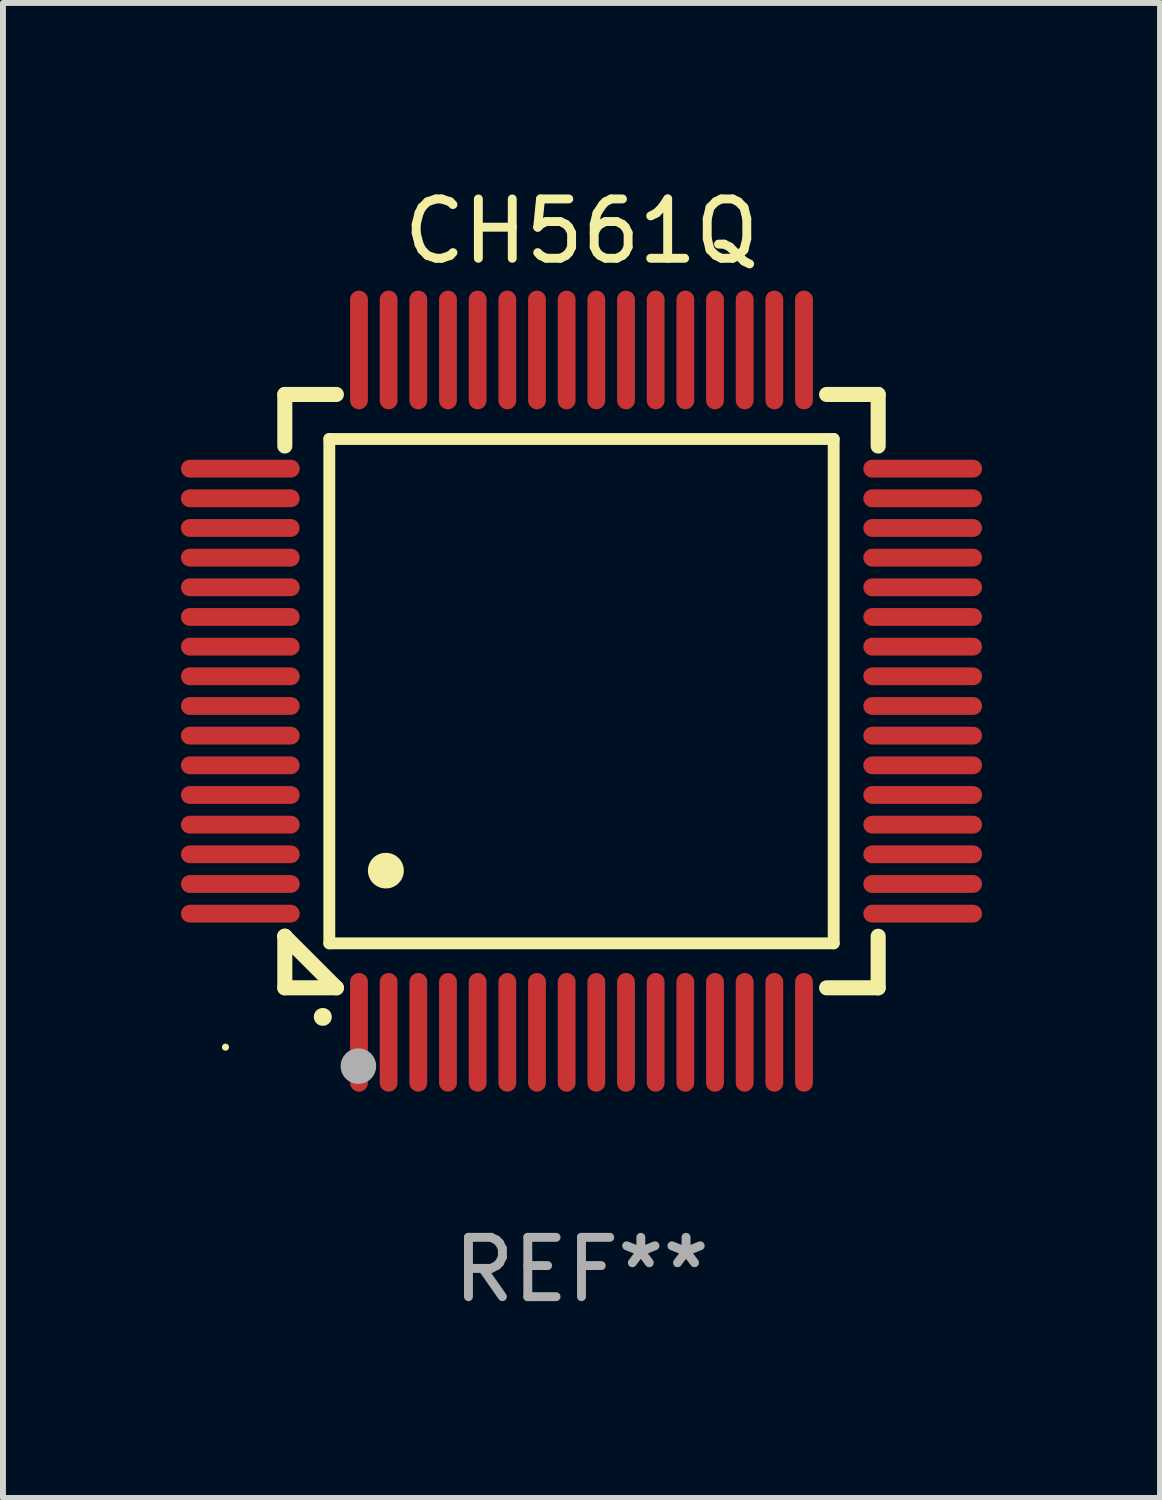
<source format=kicad_pcb>
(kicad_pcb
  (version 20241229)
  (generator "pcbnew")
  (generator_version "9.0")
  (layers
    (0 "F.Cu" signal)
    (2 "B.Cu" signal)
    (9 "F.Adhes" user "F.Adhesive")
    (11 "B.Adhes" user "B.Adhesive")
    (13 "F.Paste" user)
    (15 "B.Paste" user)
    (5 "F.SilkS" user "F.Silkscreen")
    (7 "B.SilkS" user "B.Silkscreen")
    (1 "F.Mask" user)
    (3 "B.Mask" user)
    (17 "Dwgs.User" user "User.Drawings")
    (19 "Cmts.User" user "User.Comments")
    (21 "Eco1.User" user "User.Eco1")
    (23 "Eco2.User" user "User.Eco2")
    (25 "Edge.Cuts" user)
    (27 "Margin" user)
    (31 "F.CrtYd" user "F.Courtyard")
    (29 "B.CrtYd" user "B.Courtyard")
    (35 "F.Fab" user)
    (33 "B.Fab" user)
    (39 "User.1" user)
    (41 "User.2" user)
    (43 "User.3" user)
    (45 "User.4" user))
  (footprint "CH561Q"
    (layer "F.Cu")
    (at 6.75 8.598)
    (property "Reference" "CH561Q" (at 0 -7.75 0) (layer "F.SilkS") (effects (font (size 1 1) (thickness 0.15))))
    (attr through_hole)
    (fp_line (start -5 -5) (end -4.131 -5) (stroke (width 0.254) (type solid)) (layer "F.SilkS"))
    (fp_line (start -5 -4.131) (end -5 -5) (stroke (width 0.254) (type solid)) (layer "F.SilkS"))
    (fp_line (start -5 4.131) (end -5 4.131) (stroke (width 0.254) (type solid)) (layer "F.SilkS"))
    (fp_line (start -5 5) (end -5 4.131) (stroke (width 0.254) (type solid)) (layer "F.SilkS"))
    (fp_line (start -5 4.131) (end -4.131 5) (stroke (width 0.254) (type solid)) (layer "F.SilkS"))
    (fp_line (start -4.25 -4.25) (end -4.25 4.25) (stroke (width 0.2) (type solid)) (layer "F.SilkS"))
    (fp_line (start -4.25 4.25) (end 4.25 4.25) (stroke (width 0.2) (type solid)) (layer "F.SilkS"))
    (fp_line (start -4.131 5) (end -5 5) (stroke (width 0.254) (type solid)) (layer "F.SilkS"))
    (fp_line (start 4.25 -4.25) (end -4.25 -4.25) (stroke (width 0.2) (type solid)) (layer "F.SilkS"))
    (fp_line (start 4.25 4.25) (end 4.25 -4.25) (stroke (width 0.2) (type solid)) (layer "F.SilkS"))
    (fp_line (start 5 -5) (end 4.131 -5) (stroke (width 0.254) (type solid)) (layer "F.SilkS"))
    (fp_line (start 5 -5) (end 5 -4.131) (stroke (width 0.254) (type solid)) (layer "F.SilkS"))
    (fp_line (start 5 4.131) (end 5 5) (stroke (width 0.254) (type solid)) (layer "F.SilkS"))
    (fp_line (start 5 5) (end 4.131 5) (stroke (width 0.254) (type solid)) (layer "F.SilkS"))
    (fp_arc (start -4.361265 5.489992) (mid -4.359995 5.489987) (end -4.358725 5.489992) (stroke (width 0.3) (type solid)) (layer "F.SilkS"))
    (fp_arc (start -3.299467 3.025146) (mid -3.296927 3.025135) (end -3.294387 3.025146) (stroke (width 0.6) (type solid)) (layer "F.SilkS"))
    (fp_circle (center -6 6) (end -5.97 6) (stroke (width 0.06) (type solid)) (fill no) (layer "F.SilkS"))
    (fp_circle (center -3.76 6.32) (end -3.61 6.32) (stroke (width 0.3) (type solid)) (fill no) (layer "F.Fab"))
    (fp_text user "REF**" (at 0 9.75 0) (layer "F.Fab") (effects (font (size 1 1) (thickness 0.15))))
    (pad "1" smd oval (at -3.75 5.75) (size 0.3 2) (layers "F.Cu" "F.Mask" "F.Paste"))
    (pad "2" smd oval (at -3.25 5.75) (size 0.3 2) (layers "F.Cu" "F.Mask" "F.Paste"))
    (pad "3" smd oval (at -2.75 5.75) (size 0.3 2) (layers "F.Cu" "F.Mask" "F.Paste"))
    (pad "4" smd oval (at -2.25 5.75) (size 0.3 2) (layers "F.Cu" "F.Mask" "F.Paste"))
    (pad "5" smd oval (at -1.75 5.75) (size 0.3 2) (layers "F.Cu" "F.Mask" "F.Paste"))
    (pad "6" smd oval (at -1.25 5.75) (size 0.3 2) (layers "F.Cu" "F.Mask" "F.Paste"))
    (pad "7" smd oval (at -0.75 5.75) (size 0.3 2) (layers "F.Cu" "F.Mask" "F.Paste"))
    (pad "8" smd oval (at -0.25 5.75) (size 0.3 2) (layers "F.Cu" "F.Mask" "F.Paste"))
    (pad "9" smd oval (at 0.25 5.75) (size 0.3 2) (layers "F.Cu" "F.Mask" "F.Paste"))
    (pad "10" smd oval (at 0.75 5.75) (size 0.3 2) (layers "F.Cu" "F.Mask" "F.Paste"))
    (pad "11" smd oval (at 1.25 5.75) (size 0.3 2) (layers "F.Cu" "F.Mask" "F.Paste"))
    (pad "12" smd oval (at 1.75 5.75) (size 0.3 2) (layers "F.Cu" "F.Mask" "F.Paste"))
    (pad "13" smd oval (at 2.25 5.75) (size 0.3 2) (layers "F.Cu" "F.Mask" "F.Paste"))
    (pad "14" smd oval (at 2.75 5.75) (size 0.3 2) (layers "F.Cu" "F.Mask" "F.Paste"))
    (pad "15" smd oval (at 3.25 5.75) (size 0.3 2) (layers "F.Cu" "F.Mask" "F.Paste"))
    (pad "16" smd oval (at 3.75 5.75) (size 0.3 2) (layers "F.Cu" "F.Mask" "F.Paste"))
    (pad "17" smd oval (at 5.75 3.75) (size 2 0.3) (layers "F.Cu" "F.Mask" "F.Paste"))
    (pad "18" smd oval (at 5.75 3.25) (size 2 0.3) (layers "F.Cu" "F.Mask" "F.Paste"))
    (pad "19" smd oval (at 5.75 2.75) (size 2 0.3) (layers "F.Cu" "F.Mask" "F.Paste"))
    (pad "20" smd oval (at 5.75 2.25) (size 2 0.3) (layers "F.Cu" "F.Mask" "F.Paste"))
    (pad "21" smd oval (at 5.75 1.75) (size 2 0.3) (layers "F.Cu" "F.Mask" "F.Paste"))
    (pad "22" smd oval (at 5.75 1.25) (size 2 0.3) (layers "F.Cu" "F.Mask" "F.Paste"))
    (pad "23" smd oval (at 5.75 0.75) (size 2 0.3) (layers "F.Cu" "F.Mask" "F.Paste"))
    (pad "24" smd oval (at 5.75 0.25) (size 2 0.3) (layers "F.Cu" "F.Mask" "F.Paste"))
    (pad "25" smd oval (at 5.75 -0.25) (size 2 0.3) (layers "F.Cu" "F.Mask" "F.Paste"))
    (pad "26" smd oval (at 5.75 -0.75) (size 2 0.3) (layers "F.Cu" "F.Mask" "F.Paste"))
    (pad "27" smd oval (at 5.75 -1.25) (size 2 0.3) (layers "F.Cu" "F.Mask" "F.Paste"))
    (pad "28" smd oval (at 5.75 -1.75) (size 2 0.3) (layers "F.Cu" "F.Mask" "F.Paste"))
    (pad "29" smd oval (at 5.75 -2.25) (size 2 0.3) (layers "F.Cu" "F.Mask" "F.Paste"))
    (pad "30" smd oval (at 5.75 -2.75) (size 2 0.3) (layers "F.Cu" "F.Mask" "F.Paste"))
    (pad "31" smd oval (at 5.75 -3.25) (size 2 0.3) (layers "F.Cu" "F.Mask" "F.Paste"))
    (pad "32" smd oval (at 5.75 -3.75) (size 2 0.3) (layers "F.Cu" "F.Mask" "F.Paste"))
    (pad "33" smd oval (at 3.75 -5.75) (size 0.3 2) (layers "F.Cu" "F.Mask" "F.Paste"))
    (pad "34" smd oval (at 3.25 -5.75) (size 0.3 2) (layers "F.Cu" "F.Mask" "F.Paste"))
    (pad "35" smd oval (at 2.75 -5.75) (size 0.3 2) (layers "F.Cu" "F.Mask" "F.Paste"))
    (pad "36" smd oval (at 2.25 -5.75) (size 0.3 2) (layers "F.Cu" "F.Mask" "F.Paste"))
    (pad "37" smd oval (at 1.75 -5.75) (size 0.3 2) (layers "F.Cu" "F.Mask" "F.Paste"))
    (pad "38" smd oval (at 1.25 -5.75) (size 0.3 2) (layers "F.Cu" "F.Mask" "F.Paste"))
    (pad "39" smd oval (at 0.75 -5.75) (size 0.3 2) (layers "F.Cu" "F.Mask" "F.Paste"))
    (pad "40" smd oval (at 0.25 -5.75) (size 0.3 2) (layers "F.Cu" "F.Mask" "F.Paste"))
    (pad "41" smd oval (at -0.25 -5.75) (size 0.3 2) (layers "F.Cu" "F.Mask" "F.Paste"))
    (pad "42" smd oval (at -0.75 -5.75) (size 0.3 2) (layers "F.Cu" "F.Mask" "F.Paste"))
    (pad "43" smd oval (at -1.25 -5.75) (size 0.3 2) (layers "F.Cu" "F.Mask" "F.Paste"))
    (pad "44" smd oval (at -1.75 -5.75) (size 0.3 2) (layers "F.Cu" "F.Mask" "F.Paste"))
    (pad "45" smd oval (at -2.25 -5.75) (size 0.3 2) (layers "F.Cu" "F.Mask" "F.Paste"))
    (pad "46" smd oval (at -2.75 -5.75) (size 0.3 2) (layers "F.Cu" "F.Mask" "F.Paste"))
    (pad "47" smd oval (at -3.25 -5.75) (size 0.3 2) (layers "F.Cu" "F.Mask" "F.Paste"))
    (pad "48" smd oval (at -3.75 -5.75) (size 0.3 2) (layers "F.Cu" "F.Mask" "F.Paste"))
    (pad "49" smd oval (at -5.75 -3.75) (size 2 0.3) (layers "F.Cu" "F.Mask" "F.Paste"))
    (pad "50" smd oval (at -5.75 -3.25) (size 2 0.3) (layers "F.Cu" "F.Mask" "F.Paste"))
    (pad "51" smd oval (at -5.75 -2.75) (size 2 0.3) (layers "F.Cu" "F.Mask" "F.Paste"))
    (pad "52" smd oval (at -5.75 -2.25) (size 2 0.3) (layers "F.Cu" "F.Mask" "F.Paste"))
    (pad "53" smd oval (at -5.75 -1.75) (size 2 0.3) (layers "F.Cu" "F.Mask" "F.Paste"))
    (pad "54" smd oval (at -5.75 -1.25) (size 2 0.3) (layers "F.Cu" "F.Mask" "F.Paste"))
    (pad "55" smd oval (at -5.75 -0.75) (size 2 0.3) (layers "F.Cu" "F.Mask" "F.Paste"))
    (pad "56" smd oval (at -5.75 -0.25) (size 2 0.3) (layers "F.Cu" "F.Mask" "F.Paste"))
    (pad "57" smd oval (at -5.75 0.25) (size 2 0.3) (layers "F.Cu" "F.Mask" "F.Paste"))
    (pad "58" smd oval (at -5.75 0.75) (size 2 0.3) (layers "F.Cu" "F.Mask" "F.Paste"))
    (pad "59" smd oval (at -5.75 1.25) (size 2 0.3) (layers "F.Cu" "F.Mask" "F.Paste"))
    (pad "60" smd oval (at -5.75 1.75) (size 2 0.3) (layers "F.Cu" "F.Mask" "F.Paste"))
    (pad "61" smd oval (at -5.75 2.25) (size 2 0.3) (layers "F.Cu" "F.Mask" "F.Paste"))
    (pad "62" smd oval (at -5.75 2.75) (size 2 0.3) (layers "F.Cu" "F.Mask" "F.Paste"))
    (pad "63" smd oval (at -5.75 3.25) (size 2 0.3) (layers "F.Cu" "F.Mask" "F.Paste"))
    (pad "64" smd oval (at -5.75 3.75) (size 2 0.3) (layers "F.Cu" "F.Mask" "F.Paste")))
  (gr_rect
    (start -3 -3)
    (end 16.5 22.196)
    (stroke (width 0.1) (type default))
    (fill no)
    (layer "Edge.Cuts")))
</source>
